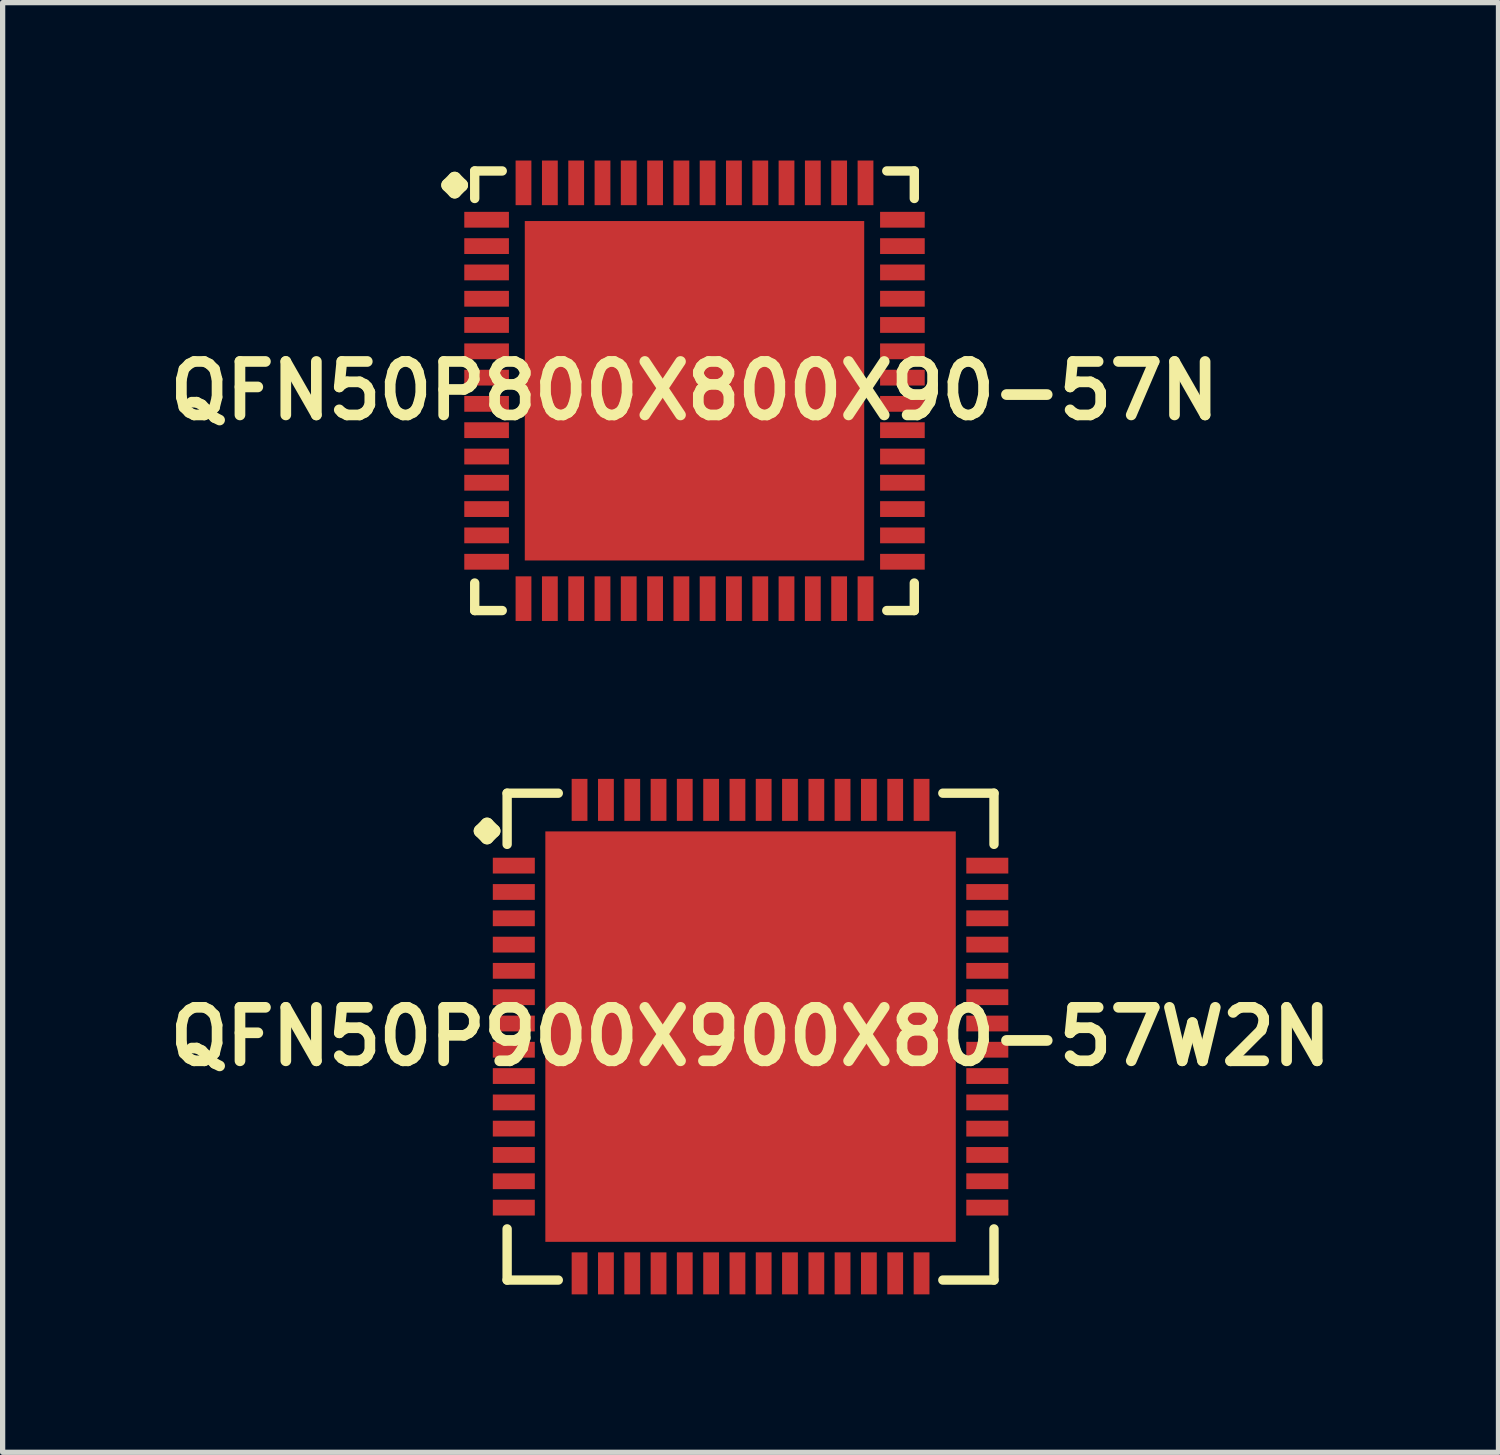
<source format=kicad_pcb>
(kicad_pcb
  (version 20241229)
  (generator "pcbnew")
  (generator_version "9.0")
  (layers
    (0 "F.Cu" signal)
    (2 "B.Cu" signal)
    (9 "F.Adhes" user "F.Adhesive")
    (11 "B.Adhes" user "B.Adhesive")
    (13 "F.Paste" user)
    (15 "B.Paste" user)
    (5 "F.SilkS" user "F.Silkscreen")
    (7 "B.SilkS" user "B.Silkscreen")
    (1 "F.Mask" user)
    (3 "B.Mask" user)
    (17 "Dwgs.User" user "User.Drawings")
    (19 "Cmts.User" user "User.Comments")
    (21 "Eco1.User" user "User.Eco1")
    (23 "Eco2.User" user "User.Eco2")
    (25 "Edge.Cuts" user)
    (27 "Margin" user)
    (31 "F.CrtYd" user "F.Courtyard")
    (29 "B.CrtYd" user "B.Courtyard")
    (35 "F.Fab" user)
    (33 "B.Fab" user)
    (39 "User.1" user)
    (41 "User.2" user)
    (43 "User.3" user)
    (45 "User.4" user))
  (footprint "QFN50P900X900X80-57W2N"
    (layer "F.Cu")
    (at 11.21 16.645)
    (property "Reference" "QFN50P900X900X80-57W2N" (at 0 0 0) (layer "F.SilkS") (effects (font (size 1.016 1.016) (thickness 0.203))))
    (attr smd)
    (fp_line (start -5.133 -3.907) (end -5.006 -4.034) (stroke (width 0.254) (type solid)) (layer "F.SilkS"))
    (fp_line (start -5.006 -4.034) (end -4.879 -3.907) (stroke (width 0.254) (type solid)) (layer "F.SilkS"))
    (fp_line (start -5.006 -3.78) (end -5.133 -3.907) (stroke (width 0.254) (type solid)) (layer "F.SilkS"))
    (fp_line (start -4.879 -3.907) (end -5.006 -3.78) (stroke (width 0.254) (type solid)) (layer "F.SilkS"))
    (fp_line (start -4.625 -4.625) (end -3.653 -4.625) (stroke (width 0.178) (type solid)) (layer "F.SilkS"))
    (fp_line (start -4.625 -3.653) (end -4.625 -4.625) (stroke (width 0.178) (type solid)) (layer "F.SilkS"))
    (fp_line (start -4.625 3.653) (end -4.625 4.625) (stroke (width 0.178) (type solid)) (layer "F.SilkS"))
    (fp_line (start -4.625 4.625) (end -3.653 4.625) (stroke (width 0.178) (type solid)) (layer "F.SilkS"))
    (fp_line (start 3.653 -4.625) (end 4.625 -4.625) (stroke (width 0.178) (type solid)) (layer "F.SilkS"))
    (fp_line (start 3.653 4.625) (end 4.625 4.625) (stroke (width 0.178) (type solid)) (layer "F.SilkS"))
    (fp_line (start 4.625 -4.625) (end 4.625 -3.653) (stroke (width 0.178) (type solid)) (layer "F.SilkS"))
    (fp_line (start 4.625 4.625) (end 4.625 3.653) (stroke (width 0.178) (type solid)) (layer "F.SilkS"))
    (pad "1" smd rect (at -4.498 -3.249) (size 0.798 0.3) (layers "F.Cu" "F.Mask" "F.Paste"))
    (pad "2" smd rect (at -4.498 -2.748) (size 0.798 0.3) (layers "F.Cu" "F.Mask" "F.Paste"))
    (pad "3" smd rect (at -4.498 -2.248) (size 0.798 0.3) (layers "F.Cu" "F.Mask" "F.Paste"))
    (pad "4" smd rect (at -4.498 -1.748) (size 0.798 0.3) (layers "F.Cu" "F.Mask" "F.Paste"))
    (pad "5" smd rect (at -4.498 -1.25) (size 0.798 0.3) (layers "F.Cu" "F.Mask" "F.Paste"))
    (pad "6" smd rect (at -4.498 -0.749) (size 0.798 0.3) (layers "F.Cu" "F.Mask" "F.Paste"))
    (pad "7" smd rect (at -4.498 -0.249) (size 0.798 0.3) (layers "F.Cu" "F.Mask" "F.Paste"))
    (pad "8" smd rect (at -4.498 0.249) (size 0.798 0.3) (layers "F.Cu" "F.Mask" "F.Paste"))
    (pad "9" smd rect (at -4.498 0.749) (size 0.798 0.3) (layers "F.Cu" "F.Mask" "F.Paste"))
    (pad "10" smd rect (at -4.498 1.25) (size 0.798 0.3) (layers "F.Cu" "F.Mask" "F.Paste"))
    (pad "11" smd rect (at -4.498 1.748) (size 0.798 0.3) (layers "F.Cu" "F.Mask" "F.Paste"))
    (pad "12" smd rect (at -4.498 2.248) (size 0.798 0.3) (layers "F.Cu" "F.Mask" "F.Paste"))
    (pad "13" smd rect (at -4.498 2.748) (size 0.798 0.3) (layers "F.Cu" "F.Mask" "F.Paste"))
    (pad "14" smd rect (at -4.498 3.249) (size 0.798 0.3) (layers "F.Cu" "F.Mask" "F.Paste"))
    (pad "15" smd rect (at -3.249 4.498) (size 0.3 0.798) (layers "F.Cu" "F.Mask" "F.Paste"))
    (pad "16" smd rect (at -2.748 4.498) (size 0.3 0.798) (layers "F.Cu" "F.Mask" "F.Paste"))
    (pad "17" smd rect (at -2.248 4.498) (size 0.3 0.798) (layers "F.Cu" "F.Mask" "F.Paste"))
    (pad "18" smd rect (at -1.748 4.498) (size 0.3 0.798) (layers "F.Cu" "F.Mask" "F.Paste"))
    (pad "19" smd rect (at -1.25 4.498) (size 0.3 0.798) (layers "F.Cu" "F.Mask" "F.Paste"))
    (pad "20" smd rect (at -0.749 4.498) (size 0.3 0.798) (layers "F.Cu" "F.Mask" "F.Paste"))
    (pad "21" smd rect (at -0.249 4.498) (size 0.3 0.798) (layers "F.Cu" "F.Mask" "F.Paste"))
    (pad "22" smd rect (at 0.249 4.498) (size 0.3 0.798) (layers "F.Cu" "F.Mask" "F.Paste"))
    (pad "23" smd rect (at 0.749 4.498) (size 0.3 0.798) (layers "F.Cu" "F.Mask" "F.Paste"))
    (pad "24" smd rect (at 1.25 4.498) (size 0.3 0.798) (layers "F.Cu" "F.Mask" "F.Paste"))
    (pad "25" smd rect (at 1.748 4.498) (size 0.3 0.798) (layers "F.Cu" "F.Mask" "F.Paste"))
    (pad "26" smd rect (at 2.248 4.498) (size 0.3 0.798) (layers "F.Cu" "F.Mask" "F.Paste"))
    (pad "27" smd rect (at 2.748 4.498) (size 0.3 0.798) (layers "F.Cu" "F.Mask" "F.Paste"))
    (pad "28" smd rect (at 3.249 4.498) (size 0.3 0.798) (layers "F.Cu" "F.Mask" "F.Paste"))
    (pad "29" smd rect (at 4.498 3.249) (size 0.798 0.3) (layers "F.Cu" "F.Mask" "F.Paste"))
    (pad "30" smd rect (at 4.498 2.748) (size 0.798 0.3) (layers "F.Cu" "F.Mask" "F.Paste"))
    (pad "31" smd rect (at 4.498 2.248) (size 0.798 0.3) (layers "F.Cu" "F.Mask" "F.Paste"))
    (pad "32" smd rect (at 4.498 1.748) (size 0.798 0.3) (layers "F.Cu" "F.Mask" "F.Paste"))
    (pad "33" smd rect (at 4.498 1.25) (size 0.798 0.3) (layers "F.Cu" "F.Mask" "F.Paste"))
    (pad "34" smd rect (at 4.498 0.749) (size 0.798 0.3) (layers "F.Cu" "F.Mask" "F.Paste"))
    (pad "35" smd rect (at 4.498 0.249) (size 0.798 0.3) (layers "F.Cu" "F.Mask" "F.Paste"))
    (pad "36" smd rect (at 4.498 -0.249) (size 0.798 0.3) (layers "F.Cu" "F.Mask" "F.Paste"))
    (pad "37" smd rect (at 4.498 -0.749) (size 0.798 0.3) (layers "F.Cu" "F.Mask" "F.Paste"))
    (pad "38" smd rect (at 4.498 -1.25) (size 0.798 0.3) (layers "F.Cu" "F.Mask" "F.Paste"))
    (pad "39" smd rect (at 4.498 -1.748) (size 0.798 0.3) (layers "F.Cu" "F.Mask" "F.Paste"))
    (pad "40" smd rect (at 4.498 -2.248) (size 0.798 0.3) (layers "F.Cu" "F.Mask" "F.Paste"))
    (pad "41" smd rect (at 4.498 -2.748) (size 0.798 0.3) (layers "F.Cu" "F.Mask" "F.Paste"))
    (pad "42" smd rect (at 4.498 -3.249) (size 0.798 0.3) (layers "F.Cu" "F.Mask" "F.Paste"))
    (pad "43" smd rect (at 3.249 -4.498) (size 0.3 0.798) (layers "F.Cu" "F.Mask" "F.Paste"))
    (pad "44" smd rect (at 2.748 -4.498) (size 0.3 0.798) (layers "F.Cu" "F.Mask" "F.Paste"))
    (pad "45" smd rect (at 2.248 -4.498) (size 0.3 0.798) (layers "F.Cu" "F.Mask" "F.Paste"))
    (pad "46" smd rect (at 1.748 -4.498) (size 0.3 0.798) (layers "F.Cu" "F.Mask" "F.Paste"))
    (pad "47" smd rect (at 1.25 -4.498) (size 0.3 0.798) (layers "F.Cu" "F.Mask" "F.Paste"))
    (pad "48" smd rect (at 0.749 -4.498) (size 0.3 0.798) (layers "F.Cu" "F.Mask" "F.Paste"))
    (pad "49" smd rect (at 0.249 -4.498) (size 0.3 0.798) (layers "F.Cu" "F.Mask" "F.Paste"))
    (pad "50" smd rect (at -0.249 -4.498) (size 0.3 0.798) (layers "F.Cu" "F.Mask" "F.Paste"))
    (pad "51" smd rect (at -0.749 -4.498) (size 0.3 0.798) (layers "F.Cu" "F.Mask" "F.Paste"))
    (pad "52" smd rect (at -1.25 -4.498) (size 0.3 0.798) (layers "F.Cu" "F.Mask" "F.Paste"))
    (pad "53" smd rect (at -1.748 -4.498) (size 0.3 0.798) (layers "F.Cu" "F.Mask" "F.Paste"))
    (pad "54" smd rect (at -2.248 -4.498) (size 0.3 0.798) (layers "F.Cu" "F.Mask" "F.Paste"))
    (pad "55" smd rect (at -2.748 -4.498) (size 0.3 0.798) (layers "F.Cu" "F.Mask" "F.Paste"))
    (pad "56" smd rect (at -3.249 -4.498) (size 0.3 0.798) (layers "F.Cu" "F.Mask" "F.Paste"))
    (pad "57" smd rect (at 0 0) (size 7.798 7.798) (layers "F.Cu" "F.Mask" "F.Paste")))
  (footprint "QFN50P800X800X90-57N"
    (layer "F.Cu")
    (at 10.145 4.374)
    (property "Reference" "QFN50P800X800X90-57N" (at 0 0 0) (layer "F.SilkS") (effects (font (size 1.016 1.016) (thickness 0.203))))
    (attr smd)
    (fp_line (start -4.684 -3.907) (end -4.557 -4.034) (stroke (width 0.254) (type solid)) (layer "F.SilkS"))
    (fp_line (start -4.557 -4.034) (end -4.43 -3.907) (stroke (width 0.254) (type solid)) (layer "F.SilkS"))
    (fp_line (start -4.557 -3.78) (end -4.684 -3.907) (stroke (width 0.254) (type solid)) (layer "F.SilkS"))
    (fp_line (start -4.43 -3.907) (end -4.557 -3.78) (stroke (width 0.254) (type solid)) (layer "F.SilkS"))
    (fp_line (start -4.176 -4.176) (end -3.653 -4.176) (stroke (width 0.178) (type solid)) (layer "F.SilkS"))
    (fp_line (start -4.176 -3.653) (end -4.176 -4.176) (stroke (width 0.178) (type solid)) (layer "F.SilkS"))
    (fp_line (start -4.176 3.653) (end -4.176 4.176) (stroke (width 0.178) (type solid)) (layer "F.SilkS"))
    (fp_line (start -4.176 4.176) (end -3.653 4.176) (stroke (width 0.178) (type solid)) (layer "F.SilkS"))
    (fp_line (start 3.653 -4.176) (end 4.176 -4.176) (stroke (width 0.178) (type solid)) (layer "F.SilkS"))
    (fp_line (start 3.653 4.176) (end 4.176 4.176) (stroke (width 0.178) (type solid)) (layer "F.SilkS"))
    (fp_line (start 4.176 -4.176) (end 4.176 -3.653) (stroke (width 0.178) (type solid)) (layer "F.SilkS"))
    (fp_line (start 4.176 4.176) (end 4.176 3.653) (stroke (width 0.178) (type solid)) (layer "F.SilkS"))
    (pad "1" smd rect (at -3.95 -3.249) (size 0.848 0.3) (layers "F.Cu" "F.Mask" "F.Paste"))
    (pad "2" smd rect (at -3.95 -2.748) (size 0.848 0.3) (layers "F.Cu" "F.Mask" "F.Paste"))
    (pad "3" smd rect (at -3.95 -2.248) (size 0.848 0.3) (layers "F.Cu" "F.Mask" "F.Paste"))
    (pad "4" smd rect (at -3.95 -1.748) (size 0.848 0.3) (layers "F.Cu" "F.Mask" "F.Paste"))
    (pad "5" smd rect (at -3.95 -1.25) (size 0.848 0.3) (layers "F.Cu" "F.Mask" "F.Paste"))
    (pad "6" smd rect (at -3.95 -0.749) (size 0.848 0.3) (layers "F.Cu" "F.Mask" "F.Paste"))
    (pad "7" smd rect (at -3.95 -0.249) (size 0.848 0.3) (layers "F.Cu" "F.Mask" "F.Paste"))
    (pad "8" smd rect (at -3.95 0.249) (size 0.848 0.3) (layers "F.Cu" "F.Mask" "F.Paste"))
    (pad "9" smd rect (at -3.95 0.749) (size 0.848 0.3) (layers "F.Cu" "F.Mask" "F.Paste"))
    (pad "10" smd rect (at -3.95 1.25) (size 0.848 0.3) (layers "F.Cu" "F.Mask" "F.Paste"))
    (pad "11" smd rect (at -3.95 1.748) (size 0.848 0.3) (layers "F.Cu" "F.Mask" "F.Paste"))
    (pad "12" smd rect (at -3.95 2.248) (size 0.848 0.3) (layers "F.Cu" "F.Mask" "F.Paste"))
    (pad "13" smd rect (at -3.95 2.748) (size 0.848 0.3) (layers "F.Cu" "F.Mask" "F.Paste"))
    (pad "14" smd rect (at -3.95 3.249) (size 0.848 0.3) (layers "F.Cu" "F.Mask" "F.Paste"))
    (pad "15" smd rect (at -3.249 3.95) (size 0.3 0.848) (layers "F.Cu" "F.Mask" "F.Paste"))
    (pad "16" smd rect (at -2.748 3.95) (size 0.3 0.848) (layers "F.Cu" "F.Mask" "F.Paste"))
    (pad "17" smd rect (at -2.248 3.95) (size 0.3 0.848) (layers "F.Cu" "F.Mask" "F.Paste"))
    (pad "18" smd rect (at -1.748 3.95) (size 0.3 0.848) (layers "F.Cu" "F.Mask" "F.Paste"))
    (pad "19" smd rect (at -1.25 3.95) (size 0.3 0.848) (layers "F.Cu" "F.Mask" "F.Paste"))
    (pad "20" smd rect (at -0.749 3.95) (size 0.3 0.848) (layers "F.Cu" "F.Mask" "F.Paste"))
    (pad "21" smd rect (at -0.249 3.95) (size 0.3 0.848) (layers "F.Cu" "F.Mask" "F.Paste"))
    (pad "22" smd rect (at 0.249 3.95) (size 0.3 0.848) (layers "F.Cu" "F.Mask" "F.Paste"))
    (pad "23" smd rect (at 0.749 3.95) (size 0.3 0.848) (layers "F.Cu" "F.Mask" "F.Paste"))
    (pad "24" smd rect (at 1.25 3.95) (size 0.3 0.848) (layers "F.Cu" "F.Mask" "F.Paste"))
    (pad "25" smd rect (at 1.748 3.95) (size 0.3 0.848) (layers "F.Cu" "F.Mask" "F.Paste"))
    (pad "26" smd rect (at 2.248 3.95) (size 0.3 0.848) (layers "F.Cu" "F.Mask" "F.Paste"))
    (pad "27" smd rect (at 2.748 3.95) (size 0.3 0.848) (layers "F.Cu" "F.Mask" "F.Paste"))
    (pad "28" smd rect (at 3.249 3.95) (size 0.3 0.848) (layers "F.Cu" "F.Mask" "F.Paste"))
    (pad "29" smd rect (at 3.95 3.249) (size 0.848 0.3) (layers "F.Cu" "F.Mask" "F.Paste"))
    (pad "30" smd rect (at 3.95 2.748) (size 0.848 0.3) (layers "F.Cu" "F.Mask" "F.Paste"))
    (pad "31" smd rect (at 3.95 2.248) (size 0.848 0.3) (layers "F.Cu" "F.Mask" "F.Paste"))
    (pad "32" smd rect (at 3.95 1.748) (size 0.848 0.3) (layers "F.Cu" "F.Mask" "F.Paste"))
    (pad "33" smd rect (at 3.95 1.25) (size 0.848 0.3) (layers "F.Cu" "F.Mask" "F.Paste"))
    (pad "34" smd rect (at 3.95 0.749) (size 0.848 0.3) (layers "F.Cu" "F.Mask" "F.Paste"))
    (pad "35" smd rect (at 3.95 0.249) (size 0.848 0.3) (layers "F.Cu" "F.Mask" "F.Paste"))
    (pad "36" smd rect (at 3.95 -0.249) (size 0.848 0.3) (layers "F.Cu" "F.Mask" "F.Paste"))
    (pad "37" smd rect (at 3.95 -0.749) (size 0.848 0.3) (layers "F.Cu" "F.Mask" "F.Paste"))
    (pad "38" smd rect (at 3.95 -1.25) (size 0.848 0.3) (layers "F.Cu" "F.Mask" "F.Paste"))
    (pad "39" smd rect (at 3.95 -1.748) (size 0.848 0.3) (layers "F.Cu" "F.Mask" "F.Paste"))
    (pad "40" smd rect (at 3.95 -2.248) (size 0.848 0.3) (layers "F.Cu" "F.Mask" "F.Paste"))
    (pad "41" smd rect (at 3.95 -2.748) (size 0.848 0.3) (layers "F.Cu" "F.Mask" "F.Paste"))
    (pad "42" smd rect (at 3.95 -3.249) (size 0.848 0.3) (layers "F.Cu" "F.Mask" "F.Paste"))
    (pad "43" smd rect (at 3.249 -3.95) (size 0.3 0.848) (layers "F.Cu" "F.Mask" "F.Paste"))
    (pad "44" smd rect (at 2.748 -3.95) (size 0.3 0.848) (layers "F.Cu" "F.Mask" "F.Paste"))
    (pad "45" smd rect (at 2.248 -3.95) (size 0.3 0.848) (layers "F.Cu" "F.Mask" "F.Paste"))
    (pad "46" smd rect (at 1.748 -3.95) (size 0.3 0.848) (layers "F.Cu" "F.Mask" "F.Paste"))
    (pad "47" smd rect (at 1.25 -3.95) (size 0.3 0.848) (layers "F.Cu" "F.Mask" "F.Paste"))
    (pad "48" smd rect (at 0.749 -3.95) (size 0.3 0.848) (layers "F.Cu" "F.Mask" "F.Paste"))
    (pad "49" smd rect (at 0.249 -3.95) (size 0.3 0.848) (layers "F.Cu" "F.Mask" "F.Paste"))
    (pad "50" smd rect (at -0.249 -3.95) (size 0.3 0.848) (layers "F.Cu" "F.Mask" "F.Paste"))
    (pad "51" smd rect (at -0.749 -3.95) (size 0.3 0.848) (layers "F.Cu" "F.Mask" "F.Paste"))
    (pad "52" smd rect (at -1.25 -3.95) (size 0.3 0.848) (layers "F.Cu" "F.Mask" "F.Paste"))
    (pad "53" smd rect (at -1.748 -3.95) (size 0.3 0.848) (layers "F.Cu" "F.Mask" "F.Paste"))
    (pad "54" smd rect (at -2.248 -3.95) (size 0.3 0.848) (layers "F.Cu" "F.Mask" "F.Paste"))
    (pad "55" smd rect (at -2.748 -3.95) (size 0.3 0.848) (layers "F.Cu" "F.Mask" "F.Paste"))
    (pad "56" smd rect (at -3.249 -3.95) (size 0.3 0.848) (layers "F.Cu" "F.Mask" "F.Paste"))
    (pad "57" smd rect (at 0 0) (size 6.449 6.449) (layers "F.Cu" "F.Mask" "F.Paste")))
  (gr_rect
    (start -3 -3)
    (end 25.42 24.542)
    (stroke (width 0.1) (type default))
    (fill no)
    (layer "Edge.Cuts")))
</source>
